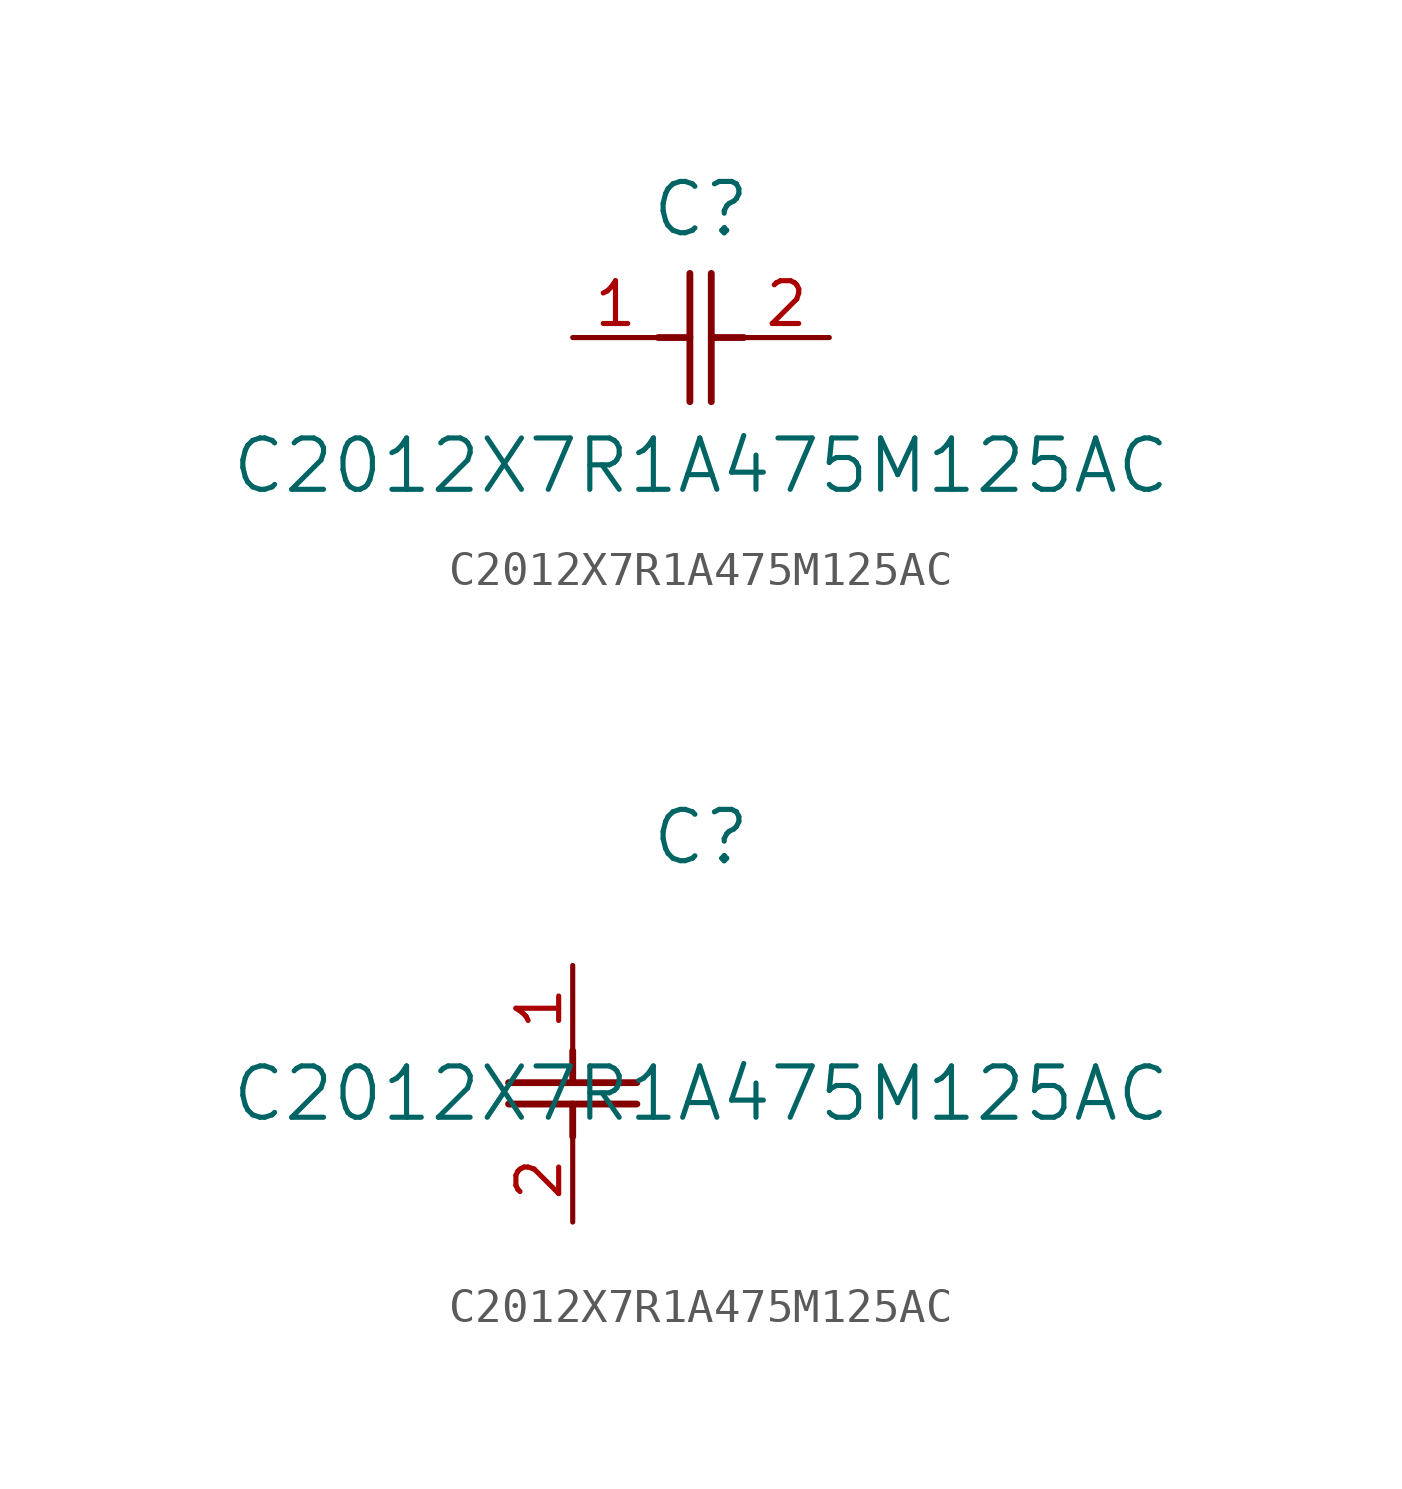
<source format=kicad_sym>
(kicad_symbol_lib
  (version 20211014)
  (generator kicad_symbol_editor)
  (symbol "C2012X7R1A475M125AC"
    (pin_names
      (offset 0.254))
    (property "Reference" "C"
      (at 3.81 3.81 0)
      (effects (font (size 1.524 1.524))))
    (property "Value" "C2012X7R1A475M125AC"
      (at 3.81 -3.81 0)
      (effects (font (size 1.524 1.524))))
    (symbol "C2012X7R1A475M125AC_1_1"
      (polyline (pts (xy 3.48 -1.905) (xy 3.48 1.905)) (stroke (width 0.203) (type default) (color 0 0 0 0)) (fill (type none)))
      (polyline (pts (xy 4.115 -1.905) (xy 4.115 1.905)) (stroke (width 0.203) (type default) (color 0 0 0 0)) (fill (type none)))
      (polyline (pts (xy 4.115 0) (xy 5.08 0)) (stroke (width 0.203) (type default) (color 0 0 0 0)) (fill (type none)))
      (polyline (pts (xy 2.54 0) (xy 3.48 0)) (stroke (width 0.203) (type default) (color 0 0 0 0)) (fill (type none)))
      (pin unspecified line (at 0 0 0) (length 2.54) (name "" (effects (font (size 1.27 1.27)))) (number "1" (effects (font (size 1.27 1.27)))))
      (pin unspecified line (at 7.62 0 180) (length 2.54) (name "" (effects (font (size 1.27 1.27)))) (number "2" (effects (font (size 1.27 1.27))))))
    (symbol "C2012X7R1A475M125AC_1_2"
      (polyline (pts (xy -1.905 -3.48) (xy 1.905 -3.48)) (stroke (width 0.203) (type default) (color 0 0 0 0)) (fill (type none)))
      (polyline (pts (xy -1.905 -4.115) (xy 1.905 -4.115)) (stroke (width 0.203) (type default) (color 0 0 0 0)) (fill (type none)))
      (polyline (pts (xy 0 -4.115) (xy 0 -5.08)) (stroke (width 0.203) (type default) (color 0 0 0 0)) (fill (type none)))
      (polyline (pts (xy 0 -2.54) (xy 0 -3.48)) (stroke (width 0.203) (type default) (color 0 0 0 0)) (fill (type none)))
      (pin unspecified line (at 0 0 270) (length 2.54) (name "" (effects (font (size 1.27 1.27)))) (number "1" (effects (font (size 1.27 1.27)))))
      (pin unspecified line (at 0 -7.62 90) (length 2.54) (name "" (effects (font (size 1.27 1.27)))) (number "2" (effects (font (size 1.27 1.27))))))))
</source>
